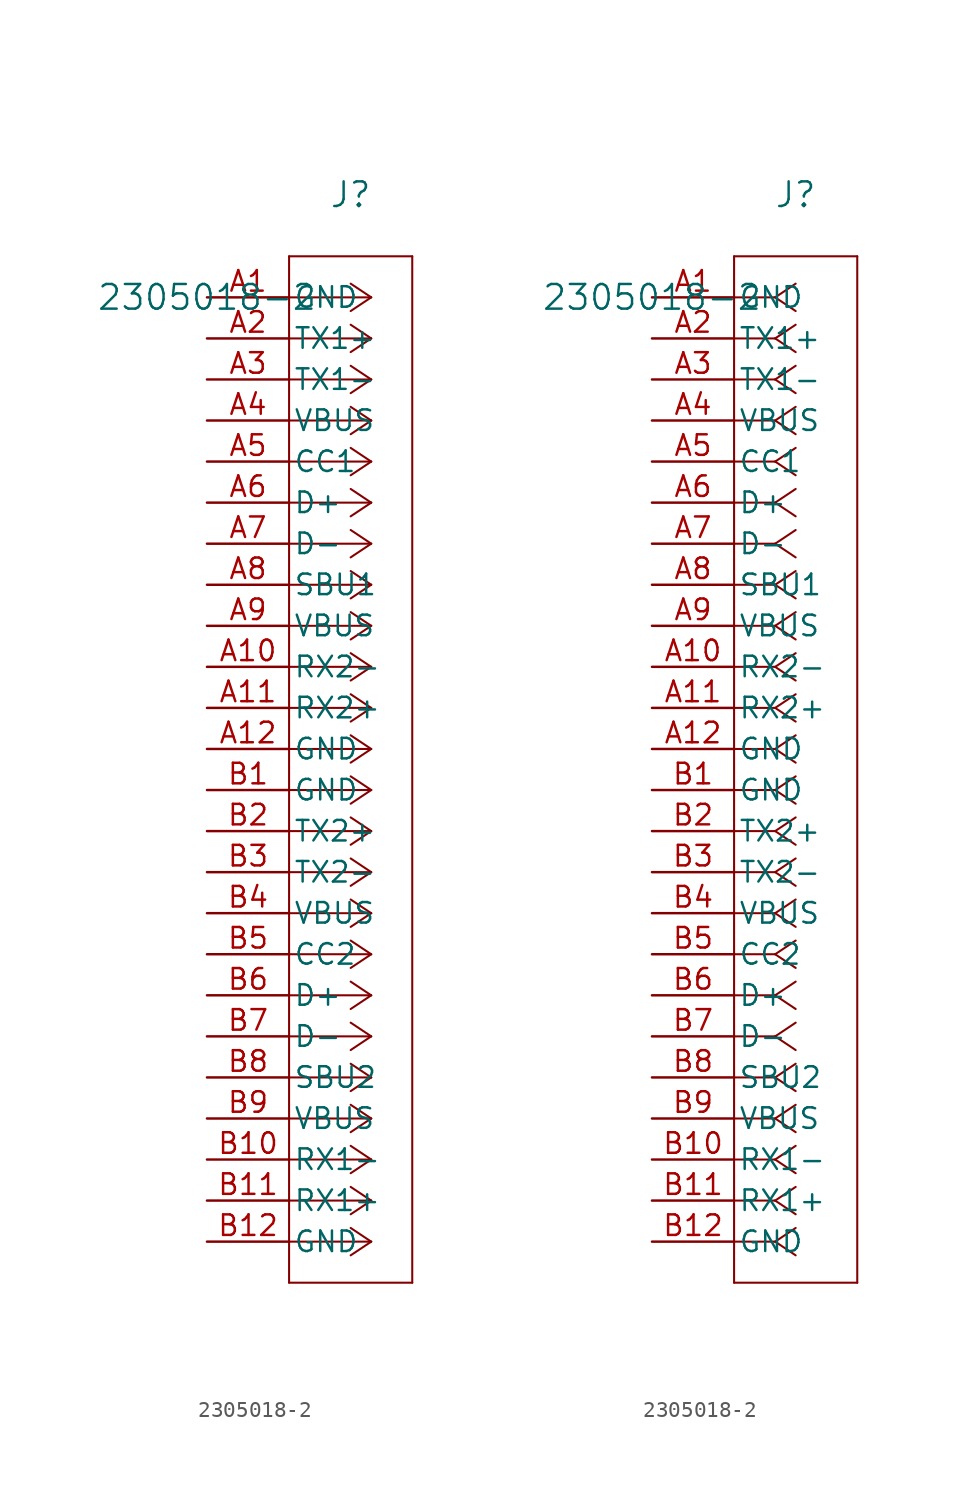
<source format=kicad_sym>
(kicad_symbol_lib
  (version 20211014)
  (generator kicad_symbol_editor)
  (symbol "2305018-2"
    (pin_names
      (offset 0.254))
    (property "Reference" "J"
      (at 8.89 6.35 0)
      (effects (font (size 1.524 1.524))))
    (property "Value" "2305018-2"
      (at 0 0 0)
      (effects (font (size 1.524 1.524))))
    (symbol "2305018-2_1_1"
      (polyline (pts (xy 10.16 0) (xy 5.08 0)) (stroke (width 0.127) (type default) (color 0 0 0 0)) (fill (type none)))
      (polyline (pts (xy 10.16 -2.54) (xy 5.08 -2.54)) (stroke (width 0.127) (type default) (color 0 0 0 0)) (fill (type none)))
      (polyline (pts (xy 10.16 -5.08) (xy 5.08 -5.08)) (stroke (width 0.127) (type default) (color 0 0 0 0)) (fill (type none)))
      (polyline (pts (xy 10.16 -7.62) (xy 5.08 -7.62)) (stroke (width 0.127) (type default) (color 0 0 0 0)) (fill (type none)))
      (polyline (pts (xy 10.16 -10.16) (xy 5.08 -10.16)) (stroke (width 0.127) (type default) (color 0 0 0 0)) (fill (type none)))
      (polyline (pts (xy 10.16 -12.7) (xy 5.08 -12.7)) (stroke (width 0.127) (type default) (color 0 0 0 0)) (fill (type none)))
      (polyline (pts (xy 10.16 -15.24) (xy 5.08 -15.24)) (stroke (width 0.127) (type default) (color 0 0 0 0)) (fill (type none)))
      (polyline (pts (xy 10.16 -17.78) (xy 5.08 -17.78)) (stroke (width 0.127) (type default) (color 0 0 0 0)) (fill (type none)))
      (polyline (pts (xy 10.16 -20.32) (xy 5.08 -20.32)) (stroke (width 0.127) (type default) (color 0 0 0 0)) (fill (type none)))
      (polyline (pts (xy 10.16 -22.86) (xy 5.08 -22.86)) (stroke (width 0.127) (type default) (color 0 0 0 0)) (fill (type none)))
      (polyline (pts (xy 10.16 -25.4) (xy 5.08 -25.4)) (stroke (width 0.127) (type default) (color 0 0 0 0)) (fill (type none)))
      (polyline (pts (xy 10.16 -27.94) (xy 5.08 -27.94)) (stroke (width 0.127) (type default) (color 0 0 0 0)) (fill (type none)))
      (polyline (pts (xy 10.16 -30.48) (xy 5.08 -30.48)) (stroke (width 0.127) (type default) (color 0 0 0 0)) (fill (type none)))
      (polyline (pts (xy 10.16 -33.02) (xy 5.08 -33.02)) (stroke (width 0.127) (type default) (color 0 0 0 0)) (fill (type none)))
      (polyline (pts (xy 10.16 -35.56) (xy 5.08 -35.56)) (stroke (width 0.127) (type default) (color 0 0 0 0)) (fill (type none)))
      (polyline (pts (xy 10.16 -38.1) (xy 5.08 -38.1)) (stroke (width 0.127) (type default) (color 0 0 0 0)) (fill (type none)))
      (polyline (pts (xy 10.16 -40.64) (xy 5.08 -40.64)) (stroke (width 0.127) (type default) (color 0 0 0 0)) (fill (type none)))
      (polyline (pts (xy 10.16 -43.18) (xy 5.08 -43.18)) (stroke (width 0.127) (type default) (color 0 0 0 0)) (fill (type none)))
      (polyline (pts (xy 10.16 -45.72) (xy 5.08 -45.72)) (stroke (width 0.127) (type default) (color 0 0 0 0)) (fill (type none)))
      (polyline (pts (xy 10.16 -48.26) (xy 5.08 -48.26)) (stroke (width 0.127) (type default) (color 0 0 0 0)) (fill (type none)))
      (polyline (pts (xy 10.16 -50.8) (xy 5.08 -50.8)) (stroke (width 0.127) (type default) (color 0 0 0 0)) (fill (type none)))
      (polyline (pts (xy 10.16 -53.34) (xy 5.08 -53.34)) (stroke (width 0.127) (type default) (color 0 0 0 0)) (fill (type none)))
      (polyline (pts (xy 10.16 -55.88) (xy 5.08 -55.88)) (stroke (width 0.127) (type default) (color 0 0 0 0)) (fill (type none)))
      (polyline (pts (xy 10.16 -58.42) (xy 5.08 -58.42)) (stroke (width 0.127) (type default) (color 0 0 0 0)) (fill (type none)))
      (polyline (pts (xy 10.16 0) (xy 8.89 0.847)) (stroke (width 0.127) (type default) (color 0 0 0 0)) (fill (type none)))
      (polyline (pts (xy 10.16 -2.54) (xy 8.89 -1.693)) (stroke (width 0.127) (type default) (color 0 0 0 0)) (fill (type none)))
      (polyline (pts (xy 10.16 -5.08) (xy 8.89 -4.233)) (stroke (width 0.127) (type default) (color 0 0 0 0)) (fill (type none)))
      (polyline (pts (xy 10.16 -7.62) (xy 8.89 -6.773)) (stroke (width 0.127) (type default) (color 0 0 0 0)) (fill (type none)))
      (polyline (pts (xy 10.16 -10.16) (xy 8.89 -9.313)) (stroke (width 0.127) (type default) (color 0 0 0 0)) (fill (type none)))
      (polyline (pts (xy 10.16 -12.7) (xy 8.89 -11.853)) (stroke (width 0.127) (type default) (color 0 0 0 0)) (fill (type none)))
      (polyline (pts (xy 10.16 -15.24) (xy 8.89 -14.393)) (stroke (width 0.127) (type default) (color 0 0 0 0)) (fill (type none)))
      (polyline (pts (xy 10.16 -17.78) (xy 8.89 -16.933)) (stroke (width 0.127) (type default) (color 0 0 0 0)) (fill (type none)))
      (polyline (pts (xy 10.16 -20.32) (xy 8.89 -19.473)) (stroke (width 0.127) (type default) (color 0 0 0 0)) (fill (type none)))
      (polyline (pts (xy 10.16 -22.86) (xy 8.89 -22.013)) (stroke (width 0.127) (type default) (color 0 0 0 0)) (fill (type none)))
      (polyline (pts (xy 10.16 -25.4) (xy 8.89 -24.553)) (stroke (width 0.127) (type default) (color 0 0 0 0)) (fill (type none)))
      (polyline (pts (xy 10.16 -27.94) (xy 8.89 -27.093)) (stroke (width 0.127) (type default) (color 0 0 0 0)) (fill (type none)))
      (polyline (pts (xy 10.16 -30.48) (xy 8.89 -29.633)) (stroke (width 0.127) (type default) (color 0 0 0 0)) (fill (type none)))
      (polyline (pts (xy 10.16 -33.02) (xy 8.89 -32.173)) (stroke (width 0.127) (type default) (color 0 0 0 0)) (fill (type none)))
      (polyline (pts (xy 10.16 -35.56) (xy 8.89 -34.713)) (stroke (width 0.127) (type default) (color 0 0 0 0)) (fill (type none)))
      (polyline (pts (xy 10.16 -38.1) (xy 8.89 -37.253)) (stroke (width 0.127) (type default) (color 0 0 0 0)) (fill (type none)))
      (polyline (pts (xy 10.16 -40.64) (xy 8.89 -39.793)) (stroke (width 0.127) (type default) (color 0 0 0 0)) (fill (type none)))
      (polyline (pts (xy 10.16 -43.18) (xy 8.89 -42.333)) (stroke (width 0.127) (type default) (color 0 0 0 0)) (fill (type none)))
      (polyline (pts (xy 10.16 -45.72) (xy 8.89 -44.873)) (stroke (width 0.127) (type default) (color 0 0 0 0)) (fill (type none)))
      (polyline (pts (xy 10.16 -48.26) (xy 8.89 -47.413)) (stroke (width 0.127) (type default) (color 0 0 0 0)) (fill (type none)))
      (polyline (pts (xy 10.16 -50.8) (xy 8.89 -49.953)) (stroke (width 0.127) (type default) (color 0 0 0 0)) (fill (type none)))
      (polyline (pts (xy 10.16 -53.34) (xy 8.89 -52.493)) (stroke (width 0.127) (type default) (color 0 0 0 0)) (fill (type none)))
      (polyline (pts (xy 10.16 -55.88) (xy 8.89 -55.033)) (stroke (width 0.127) (type default) (color 0 0 0 0)) (fill (type none)))
      (polyline (pts (xy 10.16 -58.42) (xy 8.89 -57.573)) (stroke (width 0.127) (type default) (color 0 0 0 0)) (fill (type none)))
      (polyline (pts (xy 10.16 0) (xy 8.89 -0.847)) (stroke (width 0.127) (type default) (color 0 0 0 0)) (fill (type none)))
      (polyline (pts (xy 10.16 -2.54) (xy 8.89 -3.387)) (stroke (width 0.127) (type default) (color 0 0 0 0)) (fill (type none)))
      (polyline (pts (xy 10.16 -5.08) (xy 8.89 -5.927)) (stroke (width 0.127) (type default) (color 0 0 0 0)) (fill (type none)))
      (polyline (pts (xy 10.16 -7.62) (xy 8.89 -8.467)) (stroke (width 0.127) (type default) (color 0 0 0 0)) (fill (type none)))
      (polyline (pts (xy 10.16 -10.16) (xy 8.89 -11.007)) (stroke (width 0.127) (type default) (color 0 0 0 0)) (fill (type none)))
      (polyline (pts (xy 10.16 -12.7) (xy 8.89 -13.547)) (stroke (width 0.127) (type default) (color 0 0 0 0)) (fill (type none)))
      (polyline (pts (xy 10.16 -15.24) (xy 8.89 -16.087)) (stroke (width 0.127) (type default) (color 0 0 0 0)) (fill (type none)))
      (polyline (pts (xy 10.16 -17.78) (xy 8.89 -18.627)) (stroke (width 0.127) (type default) (color 0 0 0 0)) (fill (type none)))
      (polyline (pts (xy 10.16 -20.32) (xy 8.89 -21.167)) (stroke (width 0.127) (type default) (color 0 0 0 0)) (fill (type none)))
      (polyline (pts (xy 10.16 -22.86) (xy 8.89 -23.707)) (stroke (width 0.127) (type default) (color 0 0 0 0)) (fill (type none)))
      (polyline (pts (xy 10.16 -25.4) (xy 8.89 -26.247)) (stroke (width 0.127) (type default) (color 0 0 0 0)) (fill (type none)))
      (polyline (pts (xy 10.16 -27.94) (xy 8.89 -28.787)) (stroke (width 0.127) (type default) (color 0 0 0 0)) (fill (type none)))
      (polyline (pts (xy 10.16 -30.48) (xy 8.89 -31.327)) (stroke (width 0.127) (type default) (color 0 0 0 0)) (fill (type none)))
      (polyline (pts (xy 10.16 -33.02) (xy 8.89 -33.867)) (stroke (width 0.127) (type default) (color 0 0 0 0)) (fill (type none)))
      (polyline (pts (xy 10.16 -35.56) (xy 8.89 -36.407)) (stroke (width 0.127) (type default) (color 0 0 0 0)) (fill (type none)))
      (polyline (pts (xy 10.16 -38.1) (xy 8.89 -38.947)) (stroke (width 0.127) (type default) (color 0 0 0 0)) (fill (type none)))
      (polyline (pts (xy 10.16 -40.64) (xy 8.89 -41.487)) (stroke (width 0.127) (type default) (color 0 0 0 0)) (fill (type none)))
      (polyline (pts (xy 10.16 -43.18) (xy 8.89 -44.027)) (stroke (width 0.127) (type default) (color 0 0 0 0)) (fill (type none)))
      (polyline (pts (xy 10.16 -45.72) (xy 8.89 -46.567)) (stroke (width 0.127) (type default) (color 0 0 0 0)) (fill (type none)))
      (polyline (pts (xy 10.16 -48.26) (xy 8.89 -49.107)) (stroke (width 0.127) (type default) (color 0 0 0 0)) (fill (type none)))
      (polyline (pts (xy 10.16 -50.8) (xy 8.89 -51.647)) (stroke (width 0.127) (type default) (color 0 0 0 0)) (fill (type none)))
      (polyline (pts (xy 10.16 -53.34) (xy 8.89 -54.187)) (stroke (width 0.127) (type default) (color 0 0 0 0)) (fill (type none)))
      (polyline (pts (xy 10.16 -55.88) (xy 8.89 -56.727)) (stroke (width 0.127) (type default) (color 0 0 0 0)) (fill (type none)))
      (polyline (pts (xy 10.16 -58.42) (xy 8.89 -59.267)) (stroke (width 0.127) (type default) (color 0 0 0 0)) (fill (type none)))
      (polyline (pts (xy 5.08 2.54) (xy 5.08 -60.96)) (stroke (width 0.127) (type default) (color 0 0 0 0)) (fill (type none)))
      (polyline (pts (xy 5.08 -60.96) (xy 12.7 -60.96)) (stroke (width 0.127) (type default) (color 0 0 0 0)) (fill (type none)))
      (polyline (pts (xy 12.7 -60.96) (xy 12.7 2.54)) (stroke (width 0.127) (type default) (color 0 0 0 0)) (fill (type none)))
      (polyline (pts (xy 12.7 2.54) (xy 5.08 2.54)) (stroke (width 0.127) (type default) (color 0 0 0 0)) (fill (type none)))
      (pin power_out line (at 0 0 0) (length 5.08) (name "GND" (effects (font (size 1.27 1.27)))) (number "A1" (effects (font (size 1.27 1.27)))))
      (pin bidirectional line (at 0 -2.54 0) (length 5.08) (name "TX1+" (effects (font (size 1.27 1.27)))) (number "A2" (effects (font (size 1.27 1.27)))))
      (pin bidirectional line (at 0 -5.08 0) (length 5.08) (name "TX1-" (effects (font (size 1.27 1.27)))) (number "A3" (effects (font (size 1.27 1.27)))))
      (pin unspecified line (at 0 -7.62 0) (length 5.08) (name "VBUS" (effects (font (size 1.27 1.27)))) (number "A4" (effects (font (size 1.27 1.27)))))
      (pin bidirectional line (at 0 -10.16 0) (length 5.08) (name "CC1" (effects (font (size 1.27 1.27)))) (number "A5" (effects (font (size 1.27 1.27)))))
      (pin unspecified line (at 0 -12.7 0) (length 5.08) (name "D+" (effects (font (size 1.27 1.27)))) (number "A6" (effects (font (size 1.27 1.27)))))
      (pin bidirectional line (at 0 -15.24 0) (length 5.08) (name "D-" (effects (font (size 1.27 1.27)))) (number "A7" (effects (font (size 1.27 1.27)))))
      (pin bidirectional line (at 0 -17.78 0) (length 5.08) (name "SBU1" (effects (font (size 1.27 1.27)))) (number "A8" (effects (font (size 1.27 1.27)))))
      (pin unspecified line (at 0 -20.32 0) (length 5.08) (name "VBUS" (effects (font (size 1.27 1.27)))) (number "A9" (effects (font (size 1.27 1.27)))))
      (pin bidirectional line (at 0 -22.86 0) (length 5.08) (name "RX2-" (effects (font (size 1.27 1.27)))) (number "A10" (effects (font (size 1.27 1.27)))))
      (pin bidirectional line (at 0 -25.4 0) (length 5.08) (name "RX2+" (effects (font (size 1.27 1.27)))) (number "A11" (effects (font (size 1.27 1.27)))))
      (pin power_out line (at 0 -27.94 0) (length 5.08) (name "GND" (effects (font (size 1.27 1.27)))) (number "A12" (effects (font (size 1.27 1.27)))))
      (pin power_out line (at 0 -30.48 0) (length 5.08) (name "GND" (effects (font (size 1.27 1.27)))) (number "B1" (effects (font (size 1.27 1.27)))))
      (pin bidirectional line (at 0 -33.02 0) (length 5.08) (name "TX2+" (effects (font (size 1.27 1.27)))) (number "B2" (effects (font (size 1.27 1.27)))))
      (pin bidirectional line (at 0 -35.56 0) (length 5.08) (name "TX2-" (effects (font (size 1.27 1.27)))) (number "B3" (effects (font (size 1.27 1.27)))))
      (pin unspecified line (at 0 -38.1 0) (length 5.08) (name "VBUS" (effects (font (size 1.27 1.27)))) (number "B4" (effects (font (size 1.27 1.27)))))
      (pin bidirectional line (at 0 -40.64 0) (length 5.08) (name "CC2" (effects (font (size 1.27 1.27)))) (number "B5" (effects (font (size 1.27 1.27)))))
      (pin unspecified line (at 0 -43.18 0) (length 5.08) (name "D+" (effects (font (size 1.27 1.27)))) (number "B6" (effects (font (size 1.27 1.27)))))
      (pin bidirectional line (at 0 -45.72 0) (length 5.08) (name "D-" (effects (font (size 1.27 1.27)))) (number "B7" (effects (font (size 1.27 1.27)))))
      (pin bidirectional line (at 0 -48.26 0) (length 5.08) (name "SBU2" (effects (font (size 1.27 1.27)))) (number "B8" (effects (font (size 1.27 1.27)))))
      (pin unspecified line (at 0 -50.8 0) (length 5.08) (name "VBUS" (effects (font (size 1.27 1.27)))) (number "B9" (effects (font (size 1.27 1.27)))))
      (pin bidirectional line (at 0 -53.34 0) (length 5.08) (name "RX1-" (effects (font (size 1.27 1.27)))) (number "B10" (effects (font (size 1.27 1.27)))))
      (pin bidirectional line (at 0 -55.88 0) (length 5.08) (name "RX1+" (effects (font (size 1.27 1.27)))) (number "B11" (effects (font (size 1.27 1.27)))))
      (pin power_out line (at 0 -58.42 0) (length 5.08) (name "GND" (effects (font (size 1.27 1.27)))) (number "B12" (effects (font (size 1.27 1.27))))))
    (symbol "2305018-2_1_2"
      (polyline (pts (xy 7.62 0) (xy 5.08 0)) (stroke (width 0.127) (type default) (color 0 0 0 0)) (fill (type none)))
      (polyline (pts (xy 7.62 -2.54) (xy 5.08 -2.54)) (stroke (width 0.127) (type default) (color 0 0 0 0)) (fill (type none)))
      (polyline (pts (xy 7.62 -5.08) (xy 5.08 -5.08)) (stroke (width 0.127) (type default) (color 0 0 0 0)) (fill (type none)))
      (polyline (pts (xy 7.62 -7.62) (xy 5.08 -7.62)) (stroke (width 0.127) (type default) (color 0 0 0 0)) (fill (type none)))
      (polyline (pts (xy 7.62 -10.16) (xy 5.08 -10.16)) (stroke (width 0.127) (type default) (color 0 0 0 0)) (fill (type none)))
      (polyline (pts (xy 7.62 -12.7) (xy 5.08 -12.7)) (stroke (width 0.127) (type default) (color 0 0 0 0)) (fill (type none)))
      (polyline (pts (xy 7.62 -15.24) (xy 5.08 -15.24)) (stroke (width 0.127) (type default) (color 0 0 0 0)) (fill (type none)))
      (polyline (pts (xy 7.62 -17.78) (xy 5.08 -17.78)) (stroke (width 0.127) (type default) (color 0 0 0 0)) (fill (type none)))
      (polyline (pts (xy 7.62 -20.32) (xy 5.08 -20.32)) (stroke (width 0.127) (type default) (color 0 0 0 0)) (fill (type none)))
      (polyline (pts (xy 7.62 -22.86) (xy 5.08 -22.86)) (stroke (width 0.127) (type default) (color 0 0 0 0)) (fill (type none)))
      (polyline (pts (xy 7.62 -25.4) (xy 5.08 -25.4)) (stroke (width 0.127) (type default) (color 0 0 0 0)) (fill (type none)))
      (polyline (pts (xy 7.62 -27.94) (xy 5.08 -27.94)) (stroke (width 0.127) (type default) (color 0 0 0 0)) (fill (type none)))
      (polyline (pts (xy 7.62 -30.48) (xy 5.08 -30.48)) (stroke (width 0.127) (type default) (color 0 0 0 0)) (fill (type none)))
      (polyline (pts (xy 7.62 -33.02) (xy 5.08 -33.02)) (stroke (width 0.127) (type default) (color 0 0 0 0)) (fill (type none)))
      (polyline (pts (xy 7.62 -35.56) (xy 5.08 -35.56)) (stroke (width 0.127) (type default) (color 0 0 0 0)) (fill (type none)))
      (polyline (pts (xy 7.62 -38.1) (xy 5.08 -38.1)) (stroke (width 0.127) (type default) (color 0 0 0 0)) (fill (type none)))
      (polyline (pts (xy 7.62 -40.64) (xy 5.08 -40.64)) (stroke (width 0.127) (type default) (color 0 0 0 0)) (fill (type none)))
      (polyline (pts (xy 7.62 -43.18) (xy 5.08 -43.18)) (stroke (width 0.127) (type default) (color 0 0 0 0)) (fill (type none)))
      (polyline (pts (xy 7.62 -45.72) (xy 5.08 -45.72)) (stroke (width 0.127) (type default) (color 0 0 0 0)) (fill (type none)))
      (polyline (pts (xy 7.62 -48.26) (xy 5.08 -48.26)) (stroke (width 0.127) (type default) (color 0 0 0 0)) (fill (type none)))
      (polyline (pts (xy 7.62 -50.8) (xy 5.08 -50.8)) (stroke (width 0.127) (type default) (color 0 0 0 0)) (fill (type none)))
      (polyline (pts (xy 7.62 -53.34) (xy 5.08 -53.34)) (stroke (width 0.127) (type default) (color 0 0 0 0)) (fill (type none)))
      (polyline (pts (xy 7.62 -55.88) (xy 5.08 -55.88)) (stroke (width 0.127) (type default) (color 0 0 0 0)) (fill (type none)))
      (polyline (pts (xy 7.62 -58.42) (xy 5.08 -58.42)) (stroke (width 0.127) (type default) (color 0 0 0 0)) (fill (type none)))
      (polyline (pts (xy 7.62 0) (xy 8.89 0.847)) (stroke (width 0.127) (type default) (color 0 0 0 0)) (fill (type none)))
      (polyline (pts (xy 7.62 -2.54) (xy 8.89 -1.693)) (stroke (width 0.127) (type default) (color 0 0 0 0)) (fill (type none)))
      (polyline (pts (xy 7.62 -5.08) (xy 8.89 -4.233)) (stroke (width 0.127) (type default) (color 0 0 0 0)) (fill (type none)))
      (polyline (pts (xy 7.62 -7.62) (xy 8.89 -6.773)) (stroke (width 0.127) (type default) (color 0 0 0 0)) (fill (type none)))
      (polyline (pts (xy 7.62 -10.16) (xy 8.89 -9.313)) (stroke (width 0.127) (type default) (color 0 0 0 0)) (fill (type none)))
      (polyline (pts (xy 7.62 -12.7) (xy 8.89 -11.853)) (stroke (width 0.127) (type default) (color 0 0 0 0)) (fill (type none)))
      (polyline (pts (xy 7.62 -15.24) (xy 8.89 -14.393)) (stroke (width 0.127) (type default) (color 0 0 0 0)) (fill (type none)))
      (polyline (pts (xy 7.62 -17.78) (xy 8.89 -16.933)) (stroke (width 0.127) (type default) (color 0 0 0 0)) (fill (type none)))
      (polyline (pts (xy 7.62 -20.32) (xy 8.89 -19.473)) (stroke (width 0.127) (type default) (color 0 0 0 0)) (fill (type none)))
      (polyline (pts (xy 7.62 -22.86) (xy 8.89 -22.013)) (stroke (width 0.127) (type default) (color 0 0 0 0)) (fill (type none)))
      (polyline (pts (xy 7.62 -25.4) (xy 8.89 -24.553)) (stroke (width 0.127) (type default) (color 0 0 0 0)) (fill (type none)))
      (polyline (pts (xy 7.62 -27.94) (xy 8.89 -27.093)) (stroke (width 0.127) (type default) (color 0 0 0 0)) (fill (type none)))
      (polyline (pts (xy 7.62 -30.48) (xy 8.89 -29.633)) (stroke (width 0.127) (type default) (color 0 0 0 0)) (fill (type none)))
      (polyline (pts (xy 7.62 -33.02) (xy 8.89 -32.173)) (stroke (width 0.127) (type default) (color 0 0 0 0)) (fill (type none)))
      (polyline (pts (xy 7.62 -35.56) (xy 8.89 -34.713)) (stroke (width 0.127) (type default) (color 0 0 0 0)) (fill (type none)))
      (polyline (pts (xy 7.62 -38.1) (xy 8.89 -37.253)) (stroke (width 0.127) (type default) (color 0 0 0 0)) (fill (type none)))
      (polyline (pts (xy 7.62 -40.64) (xy 8.89 -39.793)) (stroke (width 0.127) (type default) (color 0 0 0 0)) (fill (type none)))
      (polyline (pts (xy 7.62 -43.18) (xy 8.89 -42.333)) (stroke (width 0.127) (type default) (color 0 0 0 0)) (fill (type none)))
      (polyline (pts (xy 7.62 -45.72) (xy 8.89 -44.873)) (stroke (width 0.127) (type default) (color 0 0 0 0)) (fill (type none)))
      (polyline (pts (xy 7.62 -48.26) (xy 8.89 -47.413)) (stroke (width 0.127) (type default) (color 0 0 0 0)) (fill (type none)))
      (polyline (pts (xy 7.62 -50.8) (xy 8.89 -49.953)) (stroke (width 0.127) (type default) (color 0 0 0 0)) (fill (type none)))
      (polyline (pts (xy 7.62 -53.34) (xy 8.89 -52.493)) (stroke (width 0.127) (type default) (color 0 0 0 0)) (fill (type none)))
      (polyline (pts (xy 7.62 -55.88) (xy 8.89 -55.033)) (stroke (width 0.127) (type default) (color 0 0 0 0)) (fill (type none)))
      (polyline (pts (xy 7.62 -58.42) (xy 8.89 -57.573)) (stroke (width 0.127) (type default) (color 0 0 0 0)) (fill (type none)))
      (polyline (pts (xy 7.62 0) (xy 8.89 -0.847)) (stroke (width 0.127) (type default) (color 0 0 0 0)) (fill (type none)))
      (polyline (pts (xy 7.62 -2.54) (xy 8.89 -3.387)) (stroke (width 0.127) (type default) (color 0 0 0 0)) (fill (type none)))
      (polyline (pts (xy 7.62 -5.08) (xy 8.89 -5.927)) (stroke (width 0.127) (type default) (color 0 0 0 0)) (fill (type none)))
      (polyline (pts (xy 7.62 -7.62) (xy 8.89 -8.467)) (stroke (width 0.127) (type default) (color 0 0 0 0)) (fill (type none)))
      (polyline (pts (xy 7.62 -10.16) (xy 8.89 -11.007)) (stroke (width 0.127) (type default) (color 0 0 0 0)) (fill (type none)))
      (polyline (pts (xy 7.62 -12.7) (xy 8.89 -13.547)) (stroke (width 0.127) (type default) (color 0 0 0 0)) (fill (type none)))
      (polyline (pts (xy 7.62 -15.24) (xy 8.89 -16.087)) (stroke (width 0.127) (type default) (color 0 0 0 0)) (fill (type none)))
      (polyline (pts (xy 7.62 -17.78) (xy 8.89 -18.627)) (stroke (width 0.127) (type default) (color 0 0 0 0)) (fill (type none)))
      (polyline (pts (xy 7.62 -20.32) (xy 8.89 -21.167)) (stroke (width 0.127) (type default) (color 0 0 0 0)) (fill (type none)))
      (polyline (pts (xy 7.62 -22.86) (xy 8.89 -23.707)) (stroke (width 0.127) (type default) (color 0 0 0 0)) (fill (type none)))
      (polyline (pts (xy 7.62 -25.4) (xy 8.89 -26.247)) (stroke (width 0.127) (type default) (color 0 0 0 0)) (fill (type none)))
      (polyline (pts (xy 7.62 -27.94) (xy 8.89 -28.787)) (stroke (width 0.127) (type default) (color 0 0 0 0)) (fill (type none)))
      (polyline (pts (xy 7.62 -30.48) (xy 8.89 -31.327)) (stroke (width 0.127) (type default) (color 0 0 0 0)) (fill (type none)))
      (polyline (pts (xy 7.62 -33.02) (xy 8.89 -33.867)) (stroke (width 0.127) (type default) (color 0 0 0 0)) (fill (type none)))
      (polyline (pts (xy 7.62 -35.56) (xy 8.89 -36.407)) (stroke (width 0.127) (type default) (color 0 0 0 0)) (fill (type none)))
      (polyline (pts (xy 7.62 -38.1) (xy 8.89 -38.947)) (stroke (width 0.127) (type default) (color 0 0 0 0)) (fill (type none)))
      (polyline (pts (xy 7.62 -40.64) (xy 8.89 -41.487)) (stroke (width 0.127) (type default) (color 0 0 0 0)) (fill (type none)))
      (polyline (pts (xy 7.62 -43.18) (xy 8.89 -44.027)) (stroke (width 0.127) (type default) (color 0 0 0 0)) (fill (type none)))
      (polyline (pts (xy 7.62 -45.72) (xy 8.89 -46.567)) (stroke (width 0.127) (type default) (color 0 0 0 0)) (fill (type none)))
      (polyline (pts (xy 7.62 -48.26) (xy 8.89 -49.107)) (stroke (width 0.127) (type default) (color 0 0 0 0)) (fill (type none)))
      (polyline (pts (xy 7.62 -50.8) (xy 8.89 -51.647)) (stroke (width 0.127) (type default) (color 0 0 0 0)) (fill (type none)))
      (polyline (pts (xy 7.62 -53.34) (xy 8.89 -54.187)) (stroke (width 0.127) (type default) (color 0 0 0 0)) (fill (type none)))
      (polyline (pts (xy 7.62 -55.88) (xy 8.89 -56.727)) (stroke (width 0.127) (type default) (color 0 0 0 0)) (fill (type none)))
      (polyline (pts (xy 7.62 -58.42) (xy 8.89 -59.267)) (stroke (width 0.127) (type default) (color 0 0 0 0)) (fill (type none)))
      (polyline (pts (xy 5.08 2.54) (xy 5.08 -60.96)) (stroke (width 0.127) (type default) (color 0 0 0 0)) (fill (type none)))
      (polyline (pts (xy 5.08 -60.96) (xy 12.7 -60.96)) (stroke (width 0.127) (type default) (color 0 0 0 0)) (fill (type none)))
      (polyline (pts (xy 12.7 -60.96) (xy 12.7 2.54)) (stroke (width 0.127) (type default) (color 0 0 0 0)) (fill (type none)))
      (polyline (pts (xy 12.7 2.54) (xy 5.08 2.54)) (stroke (width 0.127) (type default) (color 0 0 0 0)) (fill (type none)))
      (pin power_out line (at 0 0 0) (length 5.08) (name "GND" (effects (font (size 1.27 1.27)))) (number "A1" (effects (font (size 1.27 1.27)))))
      (pin bidirectional line (at 0 -2.54 0) (length 5.08) (name "TX1+" (effects (font (size 1.27 1.27)))) (number "A2" (effects (font (size 1.27 1.27)))))
      (pin bidirectional line (at 0 -5.08 0) (length 5.08) (name "TX1-" (effects (font (size 1.27 1.27)))) (number "A3" (effects (font (size 1.27 1.27)))))
      (pin unspecified line (at 0 -7.62 0) (length 5.08) (name "VBUS" (effects (font (size 1.27 1.27)))) (number "A4" (effects (font (size 1.27 1.27)))))
      (pin bidirectional line (at 0 -10.16 0) (length 5.08) (name "CC1" (effects (font (size 1.27 1.27)))) (number "A5" (effects (font (size 1.27 1.27)))))
      (pin unspecified line (at 0 -12.7 0) (length 5.08) (name "D+" (effects (font (size 1.27 1.27)))) (number "A6" (effects (font (size 1.27 1.27)))))
      (pin bidirectional line (at 0 -15.24 0) (length 5.08) (name "D-" (effects (font (size 1.27 1.27)))) (number "A7" (effects (font (size 1.27 1.27)))))
      (pin bidirectional line (at 0 -17.78 0) (length 5.08) (name "SBU1" (effects (font (size 1.27 1.27)))) (number "A8" (effects (font (size 1.27 1.27)))))
      (pin unspecified line (at 0 -20.32 0) (length 5.08) (name "VBUS" (effects (font (size 1.27 1.27)))) (number "A9" (effects (font (size 1.27 1.27)))))
      (pin bidirectional line (at 0 -22.86 0) (length 5.08) (name "RX2-" (effects (font (size 1.27 1.27)))) (number "A10" (effects (font (size 1.27 1.27)))))
      (pin bidirectional line (at 0 -25.4 0) (length 5.08) (name "RX2+" (effects (font (size 1.27 1.27)))) (number "A11" (effects (font (size 1.27 1.27)))))
      (pin power_out line (at 0 -27.94 0) (length 5.08) (name "GND" (effects (font (size 1.27 1.27)))) (number "A12" (effects (font (size 1.27 1.27)))))
      (pin power_out line (at 0 -30.48 0) (length 5.08) (name "GND" (effects (font (size 1.27 1.27)))) (number "B1" (effects (font (size 1.27 1.27)))))
      (pin bidirectional line (at 0 -33.02 0) (length 5.08) (name "TX2+" (effects (font (size 1.27 1.27)))) (number "B2" (effects (font (size 1.27 1.27)))))
      (pin bidirectional line (at 0 -35.56 0) (length 5.08) (name "TX2-" (effects (font (size 1.27 1.27)))) (number "B3" (effects (font (size 1.27 1.27)))))
      (pin unspecified line (at 0 -38.1 0) (length 5.08) (name "VBUS" (effects (font (size 1.27 1.27)))) (number "B4" (effects (font (size 1.27 1.27)))))
      (pin bidirectional line (at 0 -40.64 0) (length 5.08) (name "CC2" (effects (font (size 1.27 1.27)))) (number "B5" (effects (font (size 1.27 1.27)))))
      (pin unspecified line (at 0 -43.18 0) (length 5.08) (name "D+" (effects (font (size 1.27 1.27)))) (number "B6" (effects (font (size 1.27 1.27)))))
      (pin bidirectional line (at 0 -45.72 0) (length 5.08) (name "D-" (effects (font (size 1.27 1.27)))) (number "B7" (effects (font (size 1.27 1.27)))))
      (pin bidirectional line (at 0 -48.26 0) (length 5.08) (name "SBU2" (effects (font (size 1.27 1.27)))) (number "B8" (effects (font (size 1.27 1.27)))))
      (pin unspecified line (at 0 -50.8 0) (length 5.08) (name "VBUS" (effects (font (size 1.27 1.27)))) (number "B9" (effects (font (size 1.27 1.27)))))
      (pin bidirectional line (at 0 -53.34 0) (length 5.08) (name "RX1-" (effects (font (size 1.27 1.27)))) (number "B10" (effects (font (size 1.27 1.27)))))
      (pin bidirectional line (at 0 -55.88 0) (length 5.08) (name "RX1+" (effects (font (size 1.27 1.27)))) (number "B11" (effects (font (size 1.27 1.27)))))
      (pin power_out line (at 0 -58.42 0) (length 5.08) (name "GND" (effects (font (size 1.27 1.27)))) (number "B12" (effects (font (size 1.27 1.27))))))))
</source>
